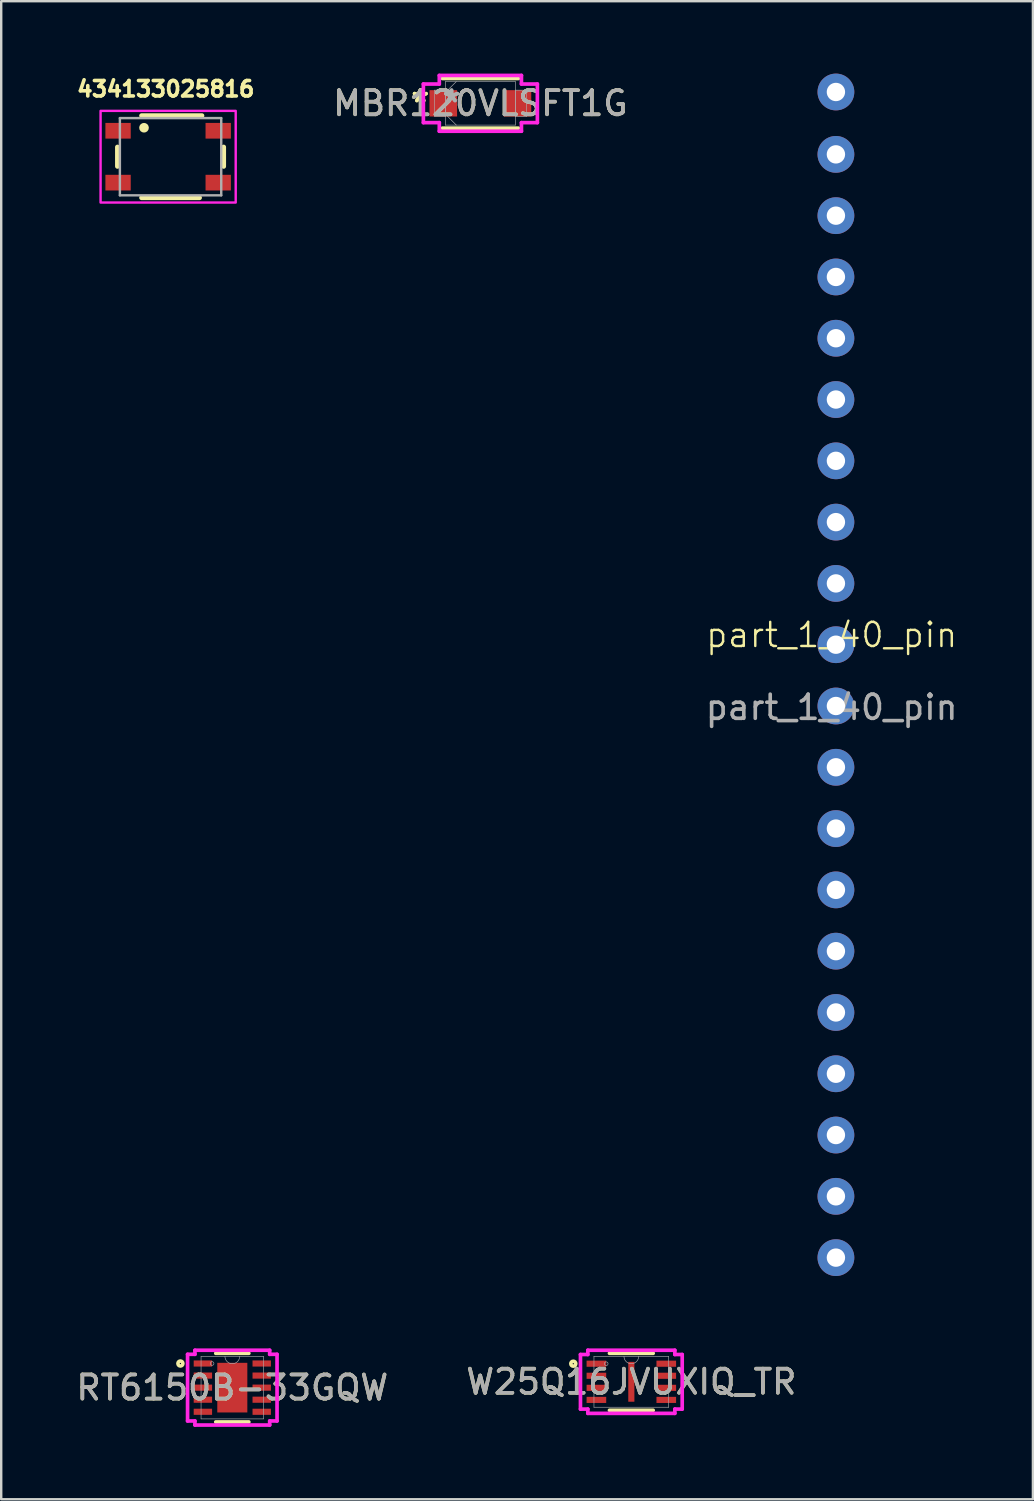
<source format=kicad_pcb>
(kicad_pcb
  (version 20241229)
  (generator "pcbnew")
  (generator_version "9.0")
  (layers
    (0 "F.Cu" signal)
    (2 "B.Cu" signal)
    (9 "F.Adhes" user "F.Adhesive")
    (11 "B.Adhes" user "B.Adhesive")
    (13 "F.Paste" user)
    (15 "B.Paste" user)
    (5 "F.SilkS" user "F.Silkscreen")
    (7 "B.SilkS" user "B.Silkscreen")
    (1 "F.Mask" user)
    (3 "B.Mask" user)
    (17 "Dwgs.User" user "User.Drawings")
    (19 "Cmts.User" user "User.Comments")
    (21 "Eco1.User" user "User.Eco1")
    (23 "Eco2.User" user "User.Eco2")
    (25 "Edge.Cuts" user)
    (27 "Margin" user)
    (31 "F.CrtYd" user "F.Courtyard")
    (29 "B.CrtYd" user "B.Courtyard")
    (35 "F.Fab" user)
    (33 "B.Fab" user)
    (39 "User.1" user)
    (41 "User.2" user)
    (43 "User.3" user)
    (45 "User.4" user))
  (footprint "MBR120VLSFT1G"
    (layer "F.Cu")
    (at 16.857 1.232)
    (property "Reference" "MBR120VLSFT1G" (at 0 0 0) (unlocked yes) (layer "F.SilkS") (effects (font (size 1 1) (thickness 0.15))))
    (attr smd)
    (fp_line (start -1.575 1.029) (end 1.575 1.029) (stroke (width 0.152) (type solid)) (layer "F.SilkS"))
    (fp_line (start 1.575 -1.029) (end -1.575 -1.029) (stroke (width 0.152) (type solid)) (layer "F.SilkS"))
    (fp_line (start -2.362 -0.8) (end -1.702 -0.8) (stroke (width 0.152) (type solid)) (layer "F.CrtYd"))
    (fp_line (start -2.362 0.8) (end -2.362 -0.8) (stroke (width 0.152) (type solid)) (layer "F.CrtYd"))
    (fp_line (start -1.702 -1.156) (end 1.702 -1.156) (stroke (width 0.152) (type solid)) (layer "F.CrtYd"))
    (fp_line (start -1.702 -0.8) (end -1.702 -1.156) (stroke (width 0.152) (type solid)) (layer "F.CrtYd"))
    (fp_line (start -1.702 0.8) (end -2.362 0.8) (stroke (width 0.152) (type solid)) (layer "F.CrtYd"))
    (fp_line (start -1.702 1.156) (end -1.702 0.8) (stroke (width 0.152) (type solid)) (layer "F.CrtYd"))
    (fp_line (start 1.702 -1.156) (end 1.702 -0.8) (stroke (width 0.152) (type solid)) (layer "F.CrtYd"))
    (fp_line (start 1.702 -0.8) (end 2.362 -0.8) (stroke (width 0.152) (type solid)) (layer "F.CrtYd"))
    (fp_line (start 1.702 0.8) (end 1.702 1.156) (stroke (width 0.152) (type solid)) (layer "F.CrtYd"))
    (fp_line (start 1.702 1.156) (end -1.702 1.156) (stroke (width 0.152) (type solid)) (layer "F.CrtYd"))
    (fp_line (start 2.362 -0.8) (end 2.362 0.8) (stroke (width 0.152) (type solid)) (layer "F.CrtYd"))
    (fp_line (start 2.362 0.8) (end 1.702 0.8) (stroke (width 0.152) (type solid)) (layer "F.CrtYd"))
    (fp_line (start -1.905 -0.546) (end -1.905 0.546) (stroke (width 0.025) (type solid)) (layer "F.Fab"))
    (fp_line (start -1.905 0.546) (end -1.448 0.546) (stroke (width 0.025) (type solid)) (layer "F.Fab"))
    (fp_line (start -1.448 -0.902) (end -1.448 0.902) (stroke (width 0.025) (type solid)) (layer "F.Fab"))
    (fp_line (start -1.448 -0.546) (end -1.905 -0.546) (stroke (width 0.025) (type solid)) (layer "F.Fab"))
    (fp_line (start -1.448 -0.451) (end -0.997 -0.902) (stroke (width 0.025) (type solid)) (layer "F.Fab"))
    (fp_line (start -1.448 0.451) (end -0.997 0.902) (stroke (width 0.025) (type solid)) (layer "F.Fab"))
    (fp_line (start -1.448 0.546) (end -1.448 -0.546) (stroke (width 0.025) (type solid)) (layer "F.Fab"))
    (fp_line (start -1.448 0.902) (end 1.448 0.902) (stroke (width 0.025) (type solid)) (layer "F.Fab"))
    (fp_line (start 1.448 -0.902) (end -1.448 -0.902) (stroke (width 0.025) (type solid)) (layer "F.Fab"))
    (fp_line (start 1.448 -0.546) (end 1.448 0.546) (stroke (width 0.025) (type solid)) (layer "F.Fab"))
    (fp_line (start 1.448 0.546) (end 1.905 0.546) (stroke (width 0.025) (type solid)) (layer "F.Fab"))
    (fp_line (start 1.448 0.902) (end 1.448 -0.902) (stroke (width 0.025) (type solid)) (layer "F.Fab"))
    (fp_line (start 1.905 -0.546) (end 1.448 -0.546) (stroke (width 0.025) (type solid)) (layer "F.Fab"))
    (fp_line (start 1.905 0.546) (end 1.905 -0.546) (stroke (width 0.025) (type solid)) (layer "F.Fab"))
    (fp_text user "*" (at -2.489 0 0) (unlocked yes) (layer "F.SilkS") (effects (font (size 1 1) (thickness 0.15))))
    (fp_text user "*" (at -2.489 0 0) (layer "F.SilkS") (effects (font (size 1 1) (thickness 0.15))))
    (fp_text user "${REFERENCE}" (at 0 0 0) (unlocked yes) (layer "F.Fab") (effects (font (size 1 1) (thickness 0.15))))
    (fp_text user "*" (at -1.194 0 0) (unlocked yes) (layer "F.Fab") (effects (font (size 1 1) (thickness 0.15))))
    (fp_text user "*" (at -1.194 0 0) (layer "F.Fab") (effects (font (size 1 1) (thickness 0.15))))
    (pad "1" smd rect (at -1.537 0) (size 1.143 1.092) (layers "F.Cu" "F.Mask" "F.Paste"))
    (pad "2" smd rect (at 1.537 0) (size 1.143 1.092) (layers "F.Cu" "F.Mask" "F.Paste"))
    (zone (net_name "") (layer "F.Cu") (hatch full 0.508) (connect_pads) (min_thickness 0.254) (filled_areas_thickness no) (keepout (tracks not_allowed) (vias not_allowed) (pads allowed) (copperpour not_allowed) (footprints allowed)) (placement (enabled no)) (fill) (polygon (pts (xy 15.942 0.381) (xy 17.771 0.381) (xy 17.771 2.083) (xy 15.942 2.083)))))
  (footprint "RT6150B-33GQW"
    (layer "F.Cu")
    (at 6.577 54.455)
    (property "Reference" "RT6150B-33GQW" (at 0 0 0) (unlocked yes) (layer "F.SilkS") (effects (font (size 1 1) (thickness 0.15))))
    (attr smd)
    (fp_line (start -0.685 1.422) (end 0.685 1.422) (stroke (width 0.152) (type solid)) (layer "F.SilkS"))
    (fp_line (start 0.685 -1.422) (end -0.685 -1.422) (stroke (width 0.152) (type solid)) (layer "F.SilkS"))
    (fp_circle (center -2.151 -1) (end -2.049 -1) (stroke (width 0.152) (type solid)) (fill no) (layer "F.SilkS"))
    (fp_line (start -1.854 -1.381) (end -1.549 -1.381) (stroke (width 0.152) (type solid)) (layer "F.CrtYd"))
    (fp_line (start -1.854 1.381) (end -1.854 -1.381) (stroke (width 0.152) (type solid)) (layer "F.CrtYd"))
    (fp_line (start -1.854 1.381) (end -1.549 1.381) (stroke (width 0.152) (type solid)) (layer "F.CrtYd"))
    (fp_line (start -1.549 -1.549) (end 1.549 -1.549) (stroke (width 0.152) (type solid)) (layer "F.CrtYd"))
    (fp_line (start -1.549 -1.381) (end -1.549 -1.549) (stroke (width 0.152) (type solid)) (layer "F.CrtYd"))
    (fp_line (start -1.549 1.549) (end -1.549 1.381) (stroke (width 0.152) (type solid)) (layer "F.CrtYd"))
    (fp_line (start 1.549 -1.549) (end 1.549 -1.381) (stroke (width 0.152) (type solid)) (layer "F.CrtYd"))
    (fp_line (start 1.549 1.381) (end 1.549 1.549) (stroke (width 0.152) (type solid)) (layer "F.CrtYd"))
    (fp_line (start 1.549 1.549) (end -1.549 1.549) (stroke (width 0.152) (type solid)) (layer "F.CrtYd"))
    (fp_line (start 1.854 -1.381) (end 1.549 -1.381) (stroke (width 0.152) (type solid)) (layer "F.CrtYd"))
    (fp_line (start 1.854 -1.381) (end 1.854 1.381) (stroke (width 0.152) (type solid)) (layer "F.CrtYd"))
    (fp_line (start 1.854 1.381) (end 1.549 1.381) (stroke (width 0.152) (type solid)) (layer "F.CrtYd"))
    (fp_line (start -1.295 -1.295) (end -1.295 1.295) (stroke (width 0.025) (type solid)) (layer "F.Fab"))
    (fp_line (start -1.295 1.295) (end 1.295 1.295) (stroke (width 0.025) (type solid)) (layer "F.Fab"))
    (fp_line (start 1.295 -1.295) (end -1.295 -1.295) (stroke (width 0.025) (type solid)) (layer "F.Fab"))
    (fp_line (start 1.295 1.295) (end 1.295 -1.295) (stroke (width 0.025) (type solid)) (layer "F.Fab"))
    (fp_arc (start 0.3048 -1.2954) (mid 0 -0.9906) (end -0.3048 -1.2954) (stroke (width 0.0254) (type solid)) (layer "F.Fab"))
    (fp_circle (center -0.838 -1) (end -0.762 -1) (stroke (width 0.025) (type solid)) (fill no) (layer "F.Fab"))
    (fp_text user "${REFERENCE}" (at 0 0 0) (unlocked yes) (layer "F.Fab") (effects (font (size 1 1) (thickness 0.15))))
    (pad "1" smd rect (at -1.219 -1) (size 0.762 0.254) (layers "F.Cu" "F.Mask" "F.Paste"))
    (pad "2" smd rect (at -1.219 -0.5) (size 0.762 0.254) (layers "F.Cu" "F.Mask" "F.Paste"))
    (pad "3" smd rect (at -1.219 0) (size 0.762 0.254) (layers "F.Cu" "F.Mask" "F.Paste"))
    (pad "4" smd rect (at -1.219 0.5) (size 0.762 0.254) (layers "F.Cu" "F.Mask" "F.Paste"))
    (pad "5" smd rect (at -1.219 1) (size 0.762 0.254) (layers "F.Cu" "F.Mask" "F.Paste"))
    (pad "6" smd rect (at 1.219 1) (size 0.762 0.254) (layers "F.Cu" "F.Mask" "F.Paste"))
    (pad "7" smd rect (at 1.219 0.5) (size 0.762 0.254) (layers "F.Cu" "F.Mask" "F.Paste"))
    (pad "8" smd rect (at 1.219 0) (size 0.762 0.254) (layers "F.Cu" "F.Mask" "F.Paste"))
    (pad "9" smd rect (at 1.219 -0.5) (size 0.762 0.254) (layers "F.Cu" "F.Mask" "F.Paste"))
    (pad "10" smd rect (at 1.219 -1) (size 0.762 0.254) (layers "F.Cu" "F.Mask" "F.Paste"))
    (pad "11" smd rect (at 0 0) (size 1.245 2.057) (layers "F.Cu" "F.Mask" "F.Paste")))
  (footprint "W25Q16JVUXIQ_TR"
    (layer "F.Cu")
    (at 23.113 54.213)
    (property "Reference" "W25Q16JVUXIQ_TR" (at 0 0 0) (unlocked yes) (layer "F.SilkS") (effects (font (size 1 1) (thickness 0.15))))
    (attr smd)
    (fp_line (start -0.906 1.181) (end 0.906 1.181) (stroke (width 0.152) (type solid)) (layer "F.SilkS"))
    (fp_line (start 0.906 -1.181) (end -0.906 -1.181) (stroke (width 0.152) (type solid)) (layer "F.SilkS"))
    (fp_circle (center -2.405 -0.75) (end -2.303 -0.75) (stroke (width 0.152) (type solid)) (fill no) (layer "F.SilkS"))
    (fp_line (start -2.108 -1.131) (end -1.803 -1.131) (stroke (width 0.152) (type solid)) (layer "F.CrtYd"))
    (fp_line (start -2.108 1.131) (end -2.108 -1.131) (stroke (width 0.152) (type solid)) (layer "F.CrtYd"))
    (fp_line (start -2.108 1.131) (end -1.803 1.131) (stroke (width 0.152) (type solid)) (layer "F.CrtYd"))
    (fp_line (start -1.803 -1.308) (end 1.803 -1.308) (stroke (width 0.152) (type solid)) (layer "F.CrtYd"))
    (fp_line (start -1.803 -1.131) (end -1.803 -1.308) (stroke (width 0.152) (type solid)) (layer "F.CrtYd"))
    (fp_line (start -1.803 1.308) (end -1.803 1.131) (stroke (width 0.152) (type solid)) (layer "F.CrtYd"))
    (fp_line (start 1.803 -1.308) (end 1.803 -1.131) (stroke (width 0.152) (type solid)) (layer "F.CrtYd"))
    (fp_line (start 1.803 1.131) (end 1.803 1.308) (stroke (width 0.152) (type solid)) (layer "F.CrtYd"))
    (fp_line (start 1.803 1.308) (end -1.803 1.308) (stroke (width 0.152) (type solid)) (layer "F.CrtYd"))
    (fp_line (start 2.108 -1.131) (end 1.803 -1.131) (stroke (width 0.152) (type solid)) (layer "F.CrtYd"))
    (fp_line (start 2.108 -1.131) (end 2.108 1.131) (stroke (width 0.152) (type solid)) (layer "F.CrtYd"))
    (fp_line (start 2.108 1.131) (end 1.803 1.131) (stroke (width 0.152) (type solid)) (layer "F.CrtYd"))
    (fp_line (start -1.549 -1.054) (end -1.549 1.054) (stroke (width 0.025) (type solid)) (layer "F.Fab"))
    (fp_line (start -1.549 1.054) (end 1.549 1.054) (stroke (width 0.025) (type solid)) (layer "F.Fab"))
    (fp_line (start 1.549 -1.054) (end -1.549 -1.054) (stroke (width 0.025) (type solid)) (layer "F.Fab"))
    (fp_line (start 1.549 1.054) (end 1.549 -1.054) (stroke (width 0.025) (type solid)) (layer "F.Fab"))
    (fp_arc (start 0.3048 -1.0541) (mid 0 -0.7493) (end -0.3048 -1.0541) (stroke (width 0.0254) (type solid)) (layer "F.Fab"))
    (fp_circle (center -1.041 -0.75) (end -0.965 -0.75) (stroke (width 0.025) (type solid)) (fill no) (layer "F.Fab"))
    (fp_text user "${REFERENCE}" (at 0 0 0) (unlocked yes) (layer "F.Fab") (effects (font (size 1 1) (thickness 0.15))))
    (pad "1" smd rect (at -1.448 -0.75) (size 0.813 0.254) (layers "F.Cu" "F.Mask" "F.Paste"))
    (pad "2" smd rect (at -1.448 -0.25) (size 0.813 0.254) (layers "F.Cu" "F.Mask" "F.Paste"))
    (pad "3" smd rect (at -1.448 0.25) (size 0.813 0.254) (layers "F.Cu" "F.Mask" "F.Paste"))
    (pad "4" smd rect (at -1.448 0.75) (size 0.813 0.254) (layers "F.Cu" "F.Mask" "F.Paste"))
    (pad "5" smd rect (at 1.448 0.75) (size 0.813 0.254) (layers "F.Cu" "F.Mask" "F.Paste"))
    (pad "6" smd rect (at 1.448 0.25) (size 0.813 0.254) (layers "F.Cu" "F.Mask" "F.Paste"))
    (pad "7" smd rect (at 1.448 -0.25) (size 0.813 0.254) (layers "F.Cu" "F.Mask" "F.Paste"))
    (pad "8" smd rect (at 1.448 -0.75) (size 0.813 0.254) (layers "F.Cu" "F.Mask" "F.Paste"))
    (pad "9" smd rect (at 0 0) (size 0.254 1.651) (layers "F.Cu" "F.Mask" "F.Paste")))
  (footprint "434133025816"
    (layer "F.Cu")
    (at 3.918 3.444)
    (property "Reference" "434133025816" (at -0.1 -2.806 0) (layer "F.SilkS") (effects (font (size 0.64 0.64) (thickness 0.15))))
    (attr smd)
    (fp_line (start -2.1 -0.4) (end -2.1 0.4) (stroke (width 0.2) (type solid)) (layer "F.SilkS"))
    (fp_line (start -1.1 -1.7) (end 1.4 -1.7) (stroke (width 0.2) (type solid)) (layer "F.SilkS"))
    (fp_line (start -1.1 1.7) (end 1.3 1.7) (stroke (width 0.2) (type solid)) (layer "F.SilkS"))
    (fp_line (start 2.3 -0.4) (end 2.3 0.4) (stroke (width 0.2) (type solid)) (layer "F.SilkS"))
    (fp_circle (center -1 -1.2) (end -0.9 -1.2) (stroke (width 0.2) (type solid)) (fill no) (layer "F.SilkS"))
    (fp_poly (pts (xy -2.8 -1.9) (xy 2.8 -1.9) (xy 2.8 1.9) (xy -2.8 1.9)) (stroke (width 0.1) (type solid)) (fill no) (layer "F.CrtYd"))
    (fp_line (start -2 -1.6) (end 2.2 -1.6) (stroke (width 0.1) (type solid)) (layer "F.Fab"))
    (fp_line (start -2 1.6) (end -2 -1.6) (stroke (width 0.1) (type solid)) (layer "F.Fab"))
    (fp_line (start 2.2 -1.6) (end 2.2 1.6) (stroke (width 0.1) (type solid)) (layer "F.Fab"))
    (fp_line (start 2.2 1.6) (end -2 1.6) (stroke (width 0.1) (type solid)) (layer "F.Fab"))
    (pad "1" smd rect (at -2.075 -1.075) (size 1.05 0.65) (layers "F.Cu" "F.Mask" "F.Paste"))
    (pad "2" smd rect (at 2.075 -1.075) (size 1.05 0.65) (layers "F.Cu" "F.Mask" "F.Paste"))
    (pad "3" smd rect (at -2.075 1.075) (size 1.05 0.65) (layers "F.Cu" "F.Mask" "F.Paste"))
    (pad "4" smd rect (at 2.075 1.075) (size 1.05 0.65) (layers "F.Cu" "F.Mask" "F.Paste")))
  (footprint "part_1_40_pin"
    (layer "F.Cu")
    (at 31.416 23.762)
    (property "Reference" "part_1_40_pin" (at 0 -0.5 0) (unlocked yes) (layer "F.SilkS") (effects (font (size 1 1) (thickness 0.1))))
    (attr smd)
    (fp_text user "${REFERENCE}" (at 0 2.5 0) (unlocked yes) (layer "F.Fab") (effects (font (size 1 1) (thickness 0.15))))
    (pad "1" thru_hole circle (at 0.175 -23) (size 1.524 1.524) (drill 0.762) (layers "*.Cu" "*.Mask"))
    (pad "2" thru_hole circle (at 0.175 -20.415) (size 1.524 1.524) (drill 0.762) (layers "*.Cu" "*.Mask"))
    (pad "3" thru_hole circle (at 0.175 -17.875) (size 1.524 1.524) (drill 0.762) (layers "*.Cu" "*.Mask"))
    (pad "4" thru_hole circle (at 0.175 -15.335) (size 1.524 1.524) (drill 0.762) (layers "*.Cu" "*.Mask"))
    (pad "5" thru_hole circle (at 0.175 -12.795) (size 1.524 1.524) (drill 0.762) (layers "*.Cu" "*.Mask"))
    (pad "6" thru_hole circle (at 0.175 -10.255) (size 1.524 1.524) (drill 0.762) (layers "*.Cu" "*.Mask"))
    (pad "7" thru_hole circle (at 0.175 -7.715) (size 1.524 1.524) (drill 0.762) (layers "*.Cu" "*.Mask"))
    (pad "8" thru_hole circle (at 0.175 -5.175) (size 1.524 1.524) (drill 0.762) (layers "*.Cu" "*.Mask"))
    (pad "9" thru_hole circle (at 0.175 -2.635) (size 1.524 1.524) (drill 0.762) (layers "*.Cu" "*.Mask"))
    (pad "10" thru_hole circle (at 0.175 -0.095) (size 1.524 1.524) (drill 0.762) (layers "*.Cu" "*.Mask"))
    (pad "11" thru_hole circle (at 0.175 2.445) (size 1.524 1.524) (drill 0.762) (layers "*.Cu" "*.Mask"))
    (pad "12" thru_hole circle (at 0.175 4.985) (size 1.524 1.524) (drill 0.762) (layers "*.Cu" "*.Mask"))
    (pad "13" thru_hole circle (at 0.175 7.525) (size 1.524 1.524) (drill 0.762) (layers "*.Cu" "*.Mask"))
    (pad "14" thru_hole circle (at 0.175 10.065) (size 1.524 1.524) (drill 0.762) (layers "*.Cu" "*.Mask"))
    (pad "15" thru_hole circle (at 0.175 12.605) (size 1.524 1.524) (drill 0.762) (layers "*.Cu" "*.Mask"))
    (pad "16" thru_hole circle (at 0.175 15.145) (size 1.524 1.524) (drill 0.762) (layers "*.Cu" "*.Mask"))
    (pad "17" thru_hole circle (at 0.175 17.685) (size 1.524 1.524) (drill 0.762) (layers "*.Cu" "*.Mask"))
    (pad "18" thru_hole circle (at 0.175 20.225) (size 1.524 1.524) (drill 0.762) (layers "*.Cu" "*.Mask"))
    (pad "19" thru_hole circle (at 0.175 22.765) (size 1.524 1.524) (drill 0.762) (layers "*.Cu" "*.Mask"))
    (pad "20" thru_hole circle (at 0.175 25.305) (size 1.524 1.524) (drill 0.762) (layers "*.Cu" "*.Mask")))
  (gr_rect
    (start -3 -3)
    (end 39.755 59.08)
    (stroke (width 0.1) (type default))
    (fill no)
    (layer "Edge.Cuts")))
</source>
